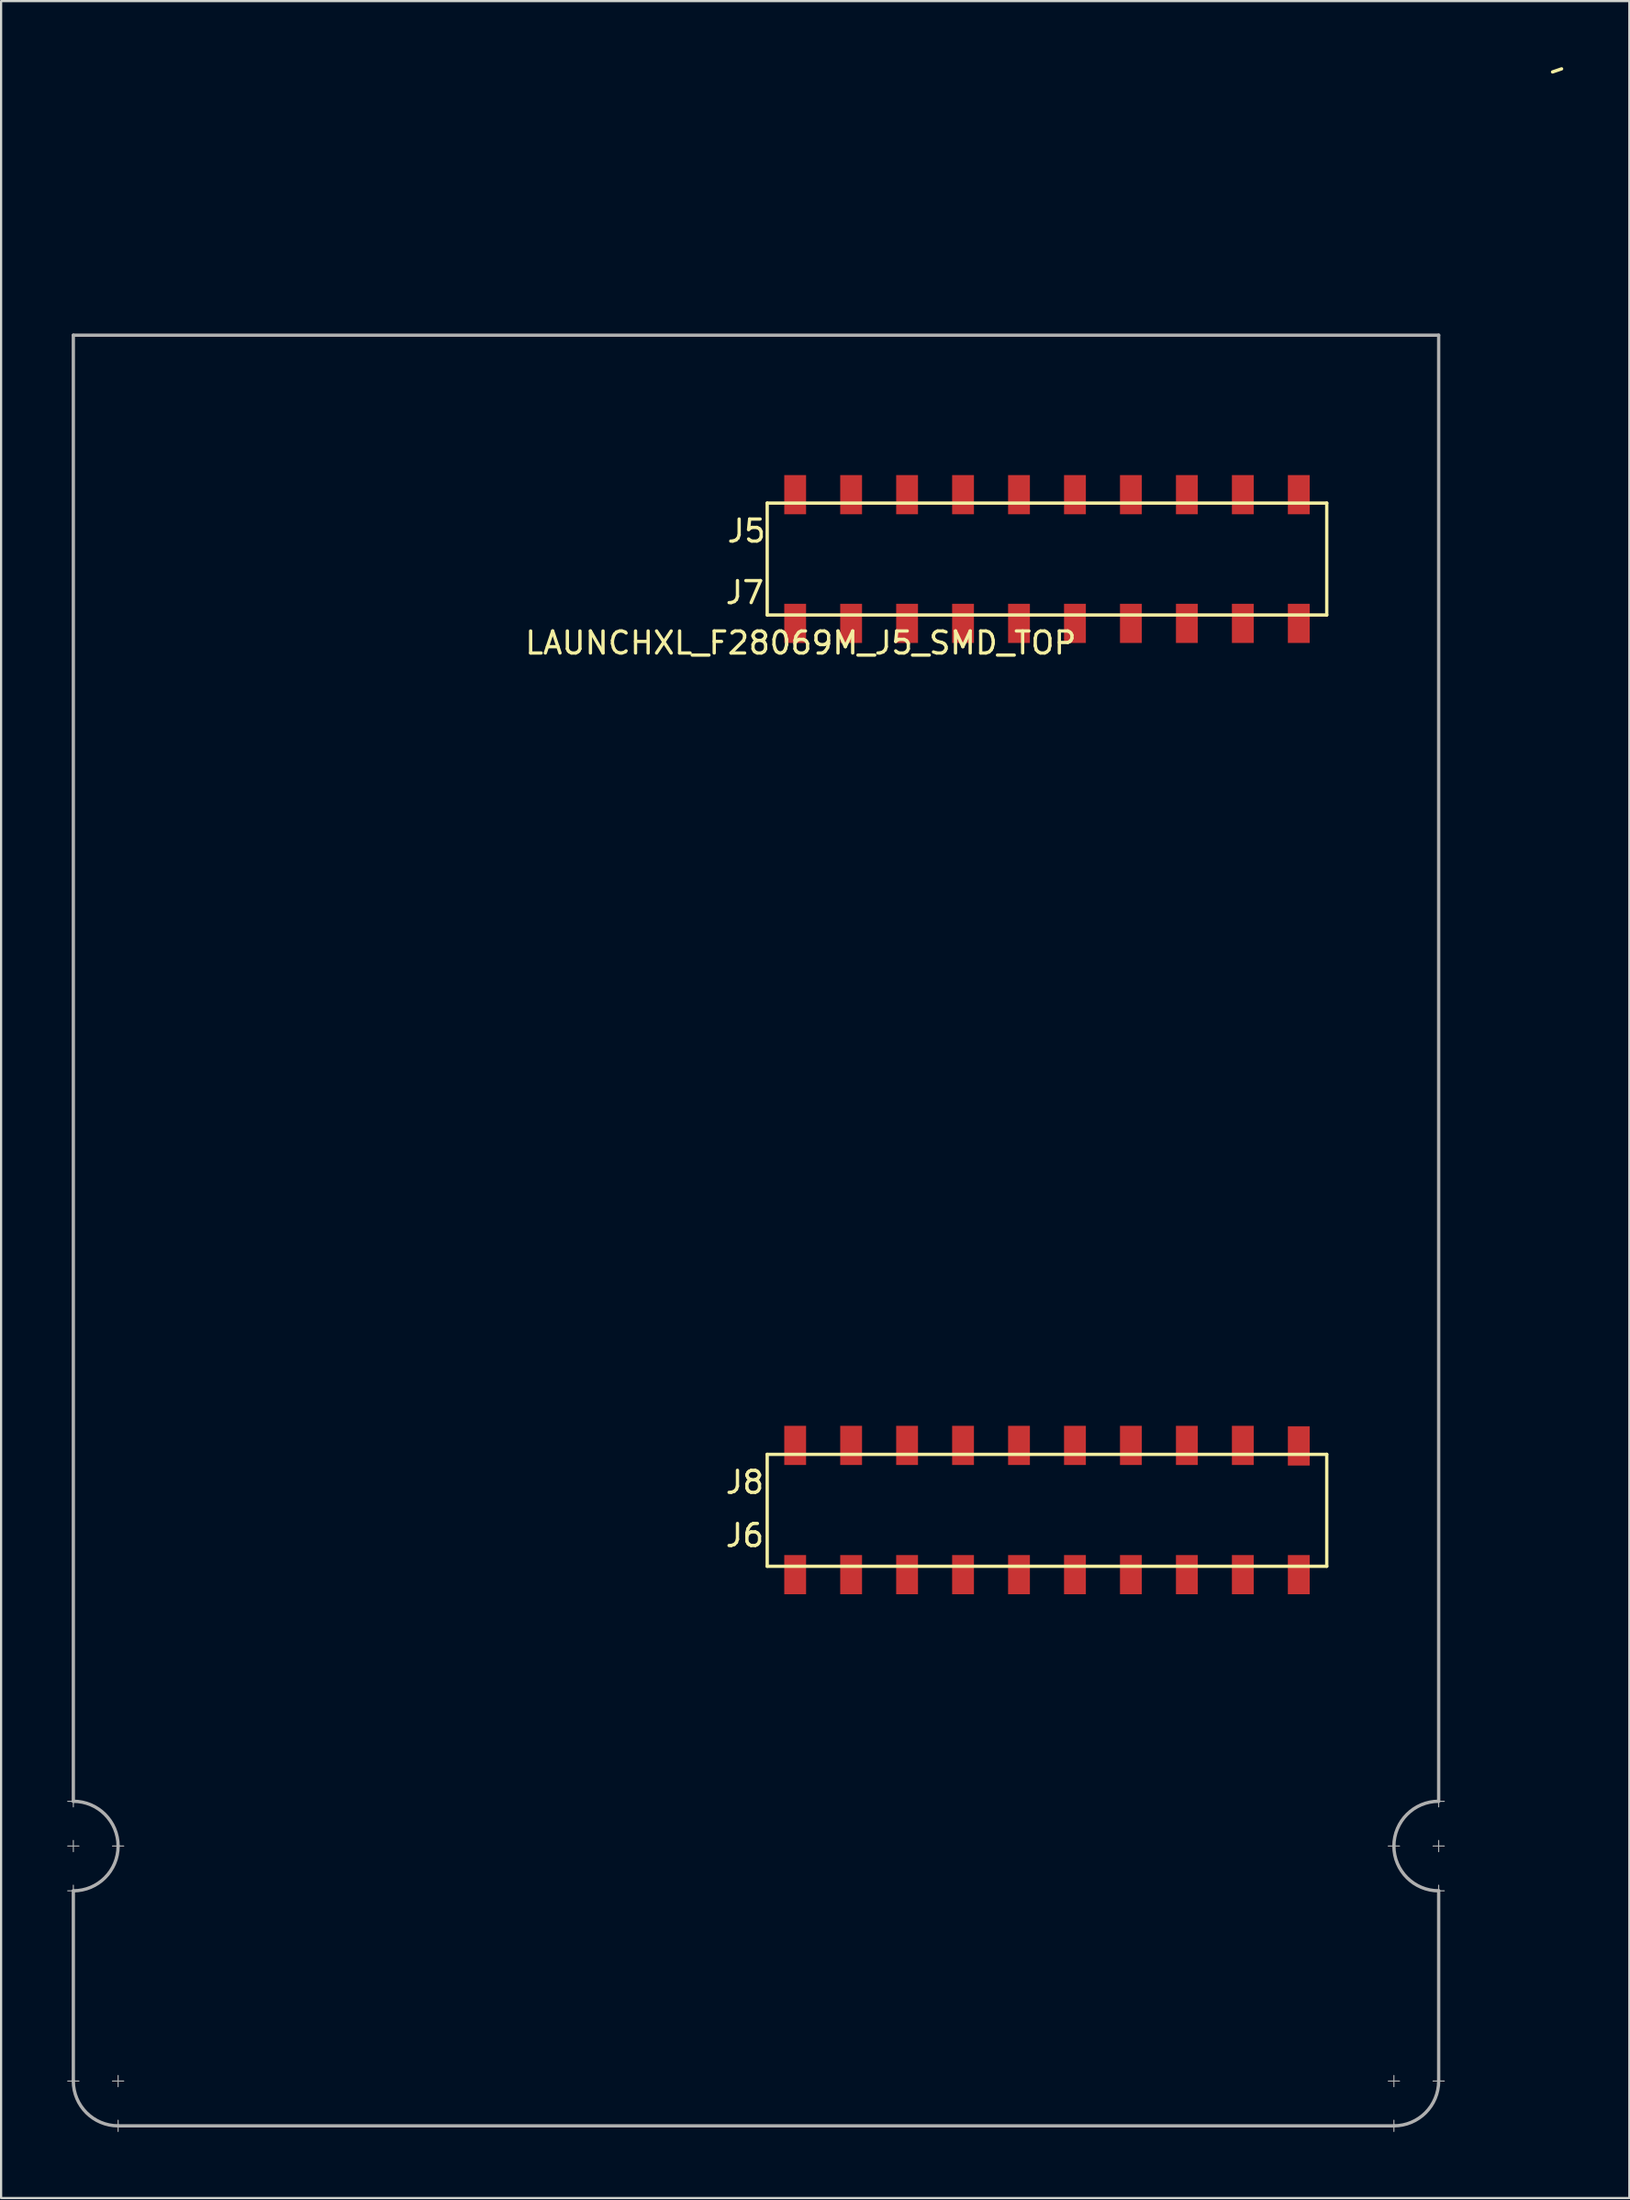
<source format=kicad_pcb>
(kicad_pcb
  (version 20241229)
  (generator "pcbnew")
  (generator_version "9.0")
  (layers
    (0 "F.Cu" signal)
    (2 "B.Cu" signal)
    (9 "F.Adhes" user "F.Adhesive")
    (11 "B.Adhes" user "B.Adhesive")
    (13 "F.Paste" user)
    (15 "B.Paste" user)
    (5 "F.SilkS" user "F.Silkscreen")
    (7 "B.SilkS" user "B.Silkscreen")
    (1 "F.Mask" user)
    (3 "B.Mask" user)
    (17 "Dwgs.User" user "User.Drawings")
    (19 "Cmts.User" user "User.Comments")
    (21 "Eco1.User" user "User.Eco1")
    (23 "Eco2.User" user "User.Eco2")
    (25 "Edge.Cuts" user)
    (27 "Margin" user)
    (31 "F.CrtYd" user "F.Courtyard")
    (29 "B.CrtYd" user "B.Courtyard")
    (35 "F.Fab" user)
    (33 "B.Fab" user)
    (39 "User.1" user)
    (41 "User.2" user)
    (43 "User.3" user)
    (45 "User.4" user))
  (footprint "LAUNCHXL_F28069M_J5_SMD_TOP"
    (layer "F.Cu")
    (at 0.279 68.045)
    (property "Reference" "LAUNCHXL_F28069M_J5_SMD_TOP" (at 33.02 -41.91 0) (layer "F.SilkS") (effects (font (size 1 1) (thickness 0.15))))
    (attr through_hole)
    (fp_line (start 31.496 -48.26) (end 31.496 -43.18) (stroke (width 0.15) (type solid)) (layer "F.SilkS"))
    (fp_line (start 31.496 -43.18) (end 56.896 -43.18) (stroke (width 0.15) (type solid)) (layer "F.SilkS"))
    (fp_line (start 31.496 -5.08) (end 31.496 0) (stroke (width 0.15) (type solid)) (layer "F.SilkS"))
    (fp_line (start 31.496 0) (end 56.896 0) (stroke (width 0.15) (type solid)) (layer "F.SilkS"))
    (fp_line (start 56.896 -48.26) (end 31.496 -48.26) (stroke (width 0.15) (type solid)) (layer "F.SilkS"))
    (fp_line (start 56.896 -43.18) (end 56.896 -48.26) (stroke (width 0.15) (type solid)) (layer "F.SilkS"))
    (fp_line (start 56.896 -5.08) (end 31.496 -5.08) (stroke (width 0.15) (type solid)) (layer "F.SilkS"))
    (fp_line (start 56.896 0) (end 56.896 -5.08) (stroke (width 0.15) (type solid)) (layer "F.SilkS"))
    (fp_line (start 67.146 -67.83) (end 67.556 -67.97) (stroke (width 0.15) (type solid)) (layer "F.SilkS"))
    (fp_line (start -0.254 10.668) (end 0.254 10.668) (stroke (width 0.05) (type solid)) (layer "F.Fab"))
    (fp_line (start -0.254 12.7) (end 0.254 12.7) (stroke (width 0.05) (type solid)) (layer "F.Fab"))
    (fp_line (start -0.254 14.732) (end 0.254 14.732) (stroke (width 0.05) (type solid)) (layer "F.Fab"))
    (fp_line (start 0 -55.88) (end 0 10.668) (stroke (width 0.15) (type solid)) (layer "F.Fab"))
    (fp_line (start 0 10.414) (end 0 10.922) (stroke (width 0.05) (type solid)) (layer "F.Fab"))
    (fp_line (start 0 12.446) (end 0 12.954) (stroke (width 0.05) (type solid)) (layer "F.Fab"))
    (fp_line (start 0 14.478) (end 0 14.986) (stroke (width 0.05) (type solid)) (layer "F.Fab"))
    (fp_line (start 0 14.732) (end 0 23.368) (stroke (width 0.15) (type solid)) (layer "F.Fab"))
    (fp_line (start 0 23.114) (end 0 23.622) (stroke (width 0.05) (type solid)) (layer "F.Fab"))
    (fp_line (start 0.254 23.368) (end -0.254 23.368) (stroke (width 0.05) (type solid)) (layer "F.Fab"))
    (fp_line (start 1.778 12.7) (end 2.286 12.7) (stroke (width 0.05) (type solid)) (layer "F.Fab"))
    (fp_line (start 2.032 23.114) (end 2.032 23.622) (stroke (width 0.05) (type solid)) (layer "F.Fab"))
    (fp_line (start 2.032 25.146) (end 2.032 25.654) (stroke (width 0.05) (type solid)) (layer "F.Fab"))
    (fp_line (start 2.032 25.4) (end 59.944 25.4) (stroke (width 0.15) (type solid)) (layer "F.Fab"))
    (fp_line (start 2.286 23.368) (end 1.778 23.368) (stroke (width 0.05) (type solid)) (layer "F.Fab"))
    (fp_line (start 59.69 23.368) (end 60.198 23.368) (stroke (width 0.05) (type solid)) (layer "F.Fab"))
    (fp_line (start 59.69 25.4) (end 60.198 25.4) (stroke (width 0.05) (type solid)) (layer "F.Fab"))
    (fp_line (start 59.944 23.114) (end 59.944 23.622) (stroke (width 0.05) (type solid)) (layer "F.Fab"))
    (fp_line (start 59.944 25.146) (end 59.944 25.654) (stroke (width 0.05) (type solid)) (layer "F.Fab"))
    (fp_line (start 60.198 12.7) (end 59.69 12.7) (stroke (width 0.05) (type solid)) (layer "F.Fab"))
    (fp_line (start 61.722 23.368) (end 62.23 23.368) (stroke (width 0.05) (type solid)) (layer "F.Fab"))
    (fp_line (start 61.976 -55.88) (end 0 -55.88) (stroke (width 0.15) (type solid)) (layer "F.Fab"))
    (fp_line (start 61.976 10.668) (end 61.976 -55.88) (stroke (width 0.15) (type solid)) (layer "F.Fab"))
    (fp_line (start 61.976 10.922) (end 61.976 10.414) (stroke (width 0.05) (type solid)) (layer "F.Fab"))
    (fp_line (start 61.976 12.954) (end 61.976 12.446) (stroke (width 0.05) (type solid)) (layer "F.Fab"))
    (fp_line (start 61.976 14.732) (end 61.976 23.368) (stroke (width 0.15) (type solid)) (layer "F.Fab"))
    (fp_line (start 61.976 14.986) (end 61.976 14.478) (stroke (width 0.05) (type solid)) (layer "F.Fab"))
    (fp_line (start 62.23 10.668) (end 61.722 10.668) (stroke (width 0.05) (type solid)) (layer "F.Fab"))
    (fp_line (start 62.23 12.7) (end 61.722 12.7) (stroke (width 0.05) (type solid)) (layer "F.Fab"))
    (fp_line (start 62.23 14.732) (end 61.722 14.732) (stroke (width 0.05) (type solid)) (layer "F.Fab"))
    (fp_arc (start 0 10.668) (mid 1.436841 11.263159) (end 2.032 12.7) (stroke (width 0.15) (type solid)) (layer "F.Fab"))
    (fp_arc (start 2.032 12.7) (mid 1.436841 14.136841) (end 0 14.732) (stroke (width 0.15) (type solid)) (layer "F.Fab"))
    (fp_arc (start 2.032 25.4) (mid 0.595159 24.804841) (end 0 23.368) (stroke (width 0.15) (type solid)) (layer "F.Fab"))
    (fp_arc (start 59.944 12.7) (mid 60.539159 11.263159) (end 61.976 10.668) (stroke (width 0.15) (type solid)) (layer "F.Fab"))
    (fp_arc (start 61.976 14.732) (mid 60.539159 14.136841) (end 59.944 12.7) (stroke (width 0.15) (type solid)) (layer "F.Fab"))
    (fp_arc (start 61.976 23.368) (mid 61.380841 24.804841) (end 59.944 25.4) (stroke (width 0.15) (type solid)) (layer "F.Fab"))
    (fp_text user "J5" (at 30.556 -46.99 0) (layer "F.SilkS") (effects (font (size 1 1) (thickness 0.15))))
    (fp_text user "J8" (at 30.48 -3.81 0) (layer "F.SilkS") (effects (font (size 1 1) (thickness 0.15))))
    (fp_text user "J6" (at 30.48 -1.397 0) (layer "F.SilkS") (effects (font (size 1 1) (thickness 0.15))))
    (fp_text user "J7" (at 30.48 -44.196 0) (layer "F.SilkS") (effects (font (size 1 1) (thickness 0.15))))
    (pad "+3V3" smd rect (at 55.626 -48.641) (size 0.991 1.778) (layers "F.Cu" "F.Mask" "F.Paste"))
    (pad "+5V" smd rect (at 55.626 -42.799) (size 0.991 1.778) (layers "F.Cu" "F.Mask" "F.Paste"))
    (pad "A_A3" smd rect (at 40.386 -42.799) (size 0.991 1.778) (layers "F.Cu" "F.Mask" "F.Paste"))
    (pad "A_A4" smd rect (at 35.306 -42.799) (size 0.991 1.778) (layers "F.Cu" "F.Mask" "F.Paste"))
    (pad "A_A5" smd rect (at 45.466 -42.799) (size 0.991 1.778) (layers "F.Cu" "F.Mask" "F.Paste"))
    (pad "A_B3" smd rect (at 37.846 -42.799) (size 0.991 1.778) (layers "F.Cu" "F.Mask" "F.Paste"))
    (pad "A_B4" smd rect (at 48.006 -42.799) (size 0.991 1.778) (layers "F.Cu" "F.Mask" "F.Paste"))
    (pad "A_B5" smd rect (at 42.926 -42.799) (size 0.991 1.778) (layers "F.Cu" "F.Mask" "F.Paste"))
    (pad "A_B7" smd rect (at 50.546 -42.799) (size 0.991 1.778) (layers "F.Cu" "F.Mask" "F.Paste"))
    (pad "DAC3" smd rect (at 35.306 -5.486) (size 0.991 1.778) (layers "F.Cu" "F.Mask" "F.Paste"))
    (pad "DAC4" smd rect (at 32.766 -5.486) (size 0.991 1.778) (layers "F.Cu" "F.Mask" "F.Paste"))
    (pad "GND" smd rect (at 53.086 -42.799) (size 0.991 1.778) (layers "F.Cu" "F.Mask" "F.Paste"))
    (pad "GND" smd rect (at 55.626 0.381) (size 0.991 1.778) (layers "F.Cu" "F.Mask" "F.Paste"))
    (pad "NC" smd rect (at 32.766 -42.799) (size 0.991 1.778) (layers "F.Cu" "F.Mask" "F.Paste"))
    (pad "NC" smd rect (at 37.846 -5.486) (size 0.991 1.778) (layers "F.Cu" "F.Mask" "F.Paste"))
    (pad "NC" smd rect (at 40.386 -5.486) (size 0.991 1.778) (layers "F.Cu" "F.Mask" "F.Paste"))
    (pad "NC" smd rect (at 42.926 -48.641) (size 0.991 1.778) (layers "F.Cu" "F.Mask" "F.Paste"))
    (pad "NC" smd rect (at 48.006 0.381) (size 0.991 1.778) (layers "F.Cu" "F.Mask" "F.Paste"))
    (pad "NC" smd rect (at 53.086 -48.641) (size 0.991 1.778) (layers "F.Cu" "F.Mask" "F.Paste"))
    (pad "P_6" smd rect (at 55.626 -5.461) (size 0.991 1.778) (layers "F.Cu" "F.Mask" "F.Paste"))
    (pad "P_7" smd rect (at 53.086 -5.486) (size 0.991 1.778) (layers "F.Cu" "F.Mask" "F.Paste"))
    (pad "P_8" smd rect (at 50.546 -5.486) (size 0.991 1.778) (layers "F.Cu" "F.Mask" "F.Paste"))
    (pad "P_9" smd rect (at 48.006 -5.486) (size 0.991 1.778) (layers "F.Cu" "F.Mask" "F.Paste"))
    (pad "P_10" smd rect (at 45.466 -5.486) (size 0.991 1.778) (layers "F.Cu" "F.Mask" "F.Paste"))
    (pad "P_11" smd rect (at 42.926 -5.486) (size 0.991 1.778) (layers "F.Cu" "F.Mask" "F.Paste"))
    (pad "P_14" smd rect (at 40.386 -48.641) (size 0.991 1.778) (layers "F.Cu" "F.Mask" "F.Paste"))
    (pad "P_15" smd rect (at 50.546 -48.641) (size 0.991 1.778) (layers "F.Cu" "F.Mask" "F.Paste"))
    (pad "P_20" smd rect (at 45.466 -48.641) (size 0.991 1.778) (layers "F.Cu" "F.Mask" "F.Paste"))
    (pad "P_21" smd rect (at 37.846 -48.641) (size 0.991 1.778) (layers "F.Cu" "F.Mask" "F.Paste"))
    (pad "P_23" smd rect (at 35.306 -48.641) (size 0.991 1.778) (layers "F.Cu" "F.Mask" "F.Paste"))
    (pad "P_24" smd rect (at 42.926 0.381) (size 0.991 1.778) (layers "F.Cu" "F.Mask" "F.Paste"))
    (pad "P_25" smd rect (at 40.386 0.381) (size 0.991 1.778) (layers "F.Cu" "F.Mask" "F.Paste"))
    (pad "P_26" smd rect (at 50.546 0.381) (size 0.991 1.778) (layers "F.Cu" "F.Mask" "F.Paste"))
    (pad "P_27" smd rect (at 53.086 0.381) (size 0.991 1.778) (layers "F.Cu" "F.Mask" "F.Paste"))
    (pad "P_52" smd rect (at 37.846 0.381) (size 0.991 1.778) (layers "F.Cu" "F.Mask" "F.Paste"))
    (pad "P_53" smd rect (at 35.306 0.381) (size 0.991 1.778) (layers "F.Cu" "F.Mask" "F.Paste"))
    (pad "P_54" smd rect (at 32.766 -48.641) (size 0.991 1.778) (layers "F.Cu" "F.Mask" "F.Paste"))
    (pad "P_56" smd rect (at 32.766 0.381) (size 0.991 1.778) (layers "F.Cu" "F.Mask" "F.Paste"))
    (pad "P_58" smd rect (at 48.006 -48.641) (size 0.991 1.778) (layers "F.Cu" "F.Mask" "F.Paste"))
    (pad "Rese" smd rect (at 45.466 0.381) (size 0.991 1.778) (layers "F.Cu" "F.Mask" "F.Paste")))
  (gr_rect
    (start -3 -3)
    (end 70.91 96.724)
    (stroke (width 0.1) (type default))
    (fill no)
    (layer "Edge.Cuts")))
</source>
